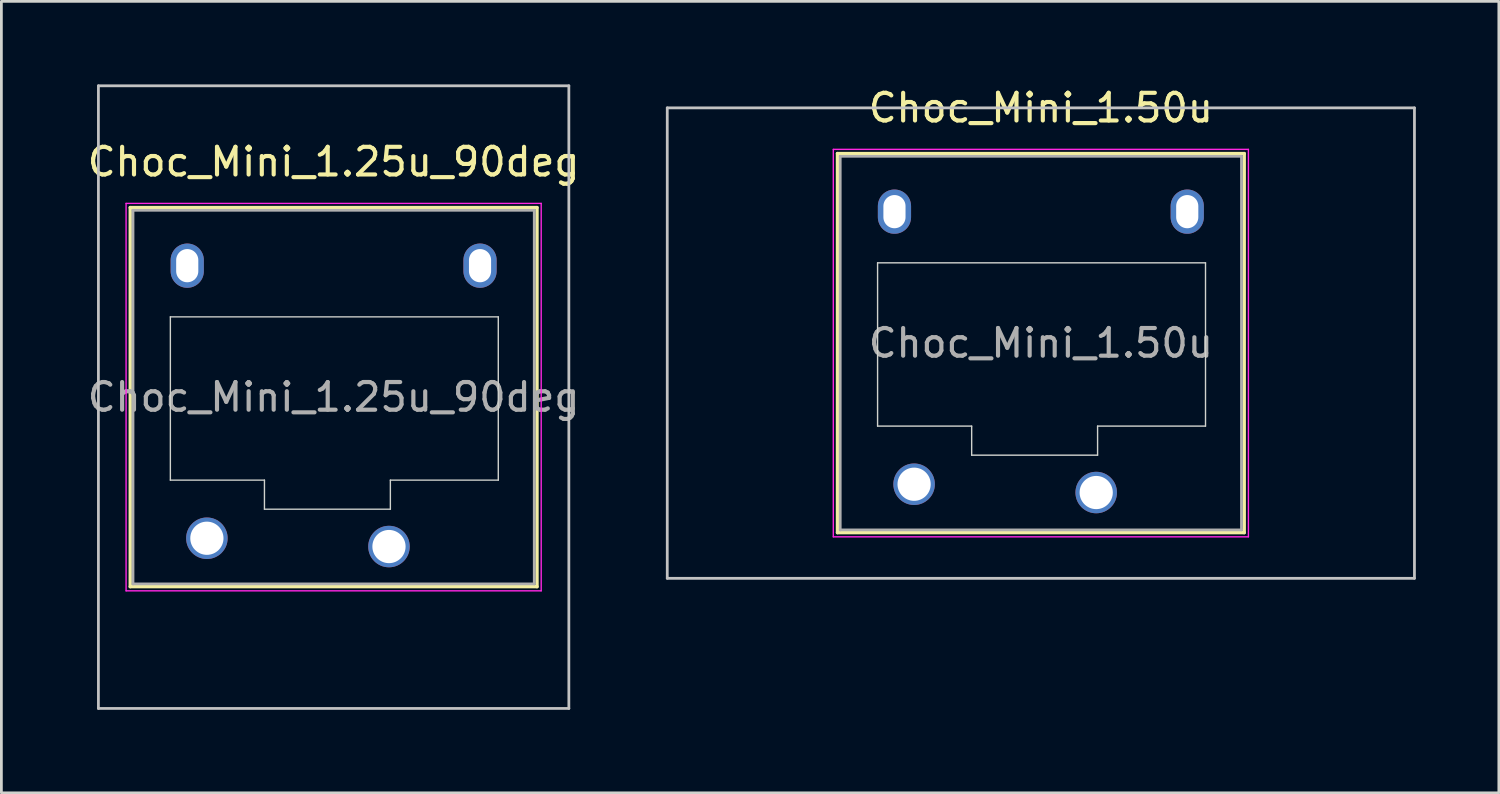
<source format=kicad_pcb>
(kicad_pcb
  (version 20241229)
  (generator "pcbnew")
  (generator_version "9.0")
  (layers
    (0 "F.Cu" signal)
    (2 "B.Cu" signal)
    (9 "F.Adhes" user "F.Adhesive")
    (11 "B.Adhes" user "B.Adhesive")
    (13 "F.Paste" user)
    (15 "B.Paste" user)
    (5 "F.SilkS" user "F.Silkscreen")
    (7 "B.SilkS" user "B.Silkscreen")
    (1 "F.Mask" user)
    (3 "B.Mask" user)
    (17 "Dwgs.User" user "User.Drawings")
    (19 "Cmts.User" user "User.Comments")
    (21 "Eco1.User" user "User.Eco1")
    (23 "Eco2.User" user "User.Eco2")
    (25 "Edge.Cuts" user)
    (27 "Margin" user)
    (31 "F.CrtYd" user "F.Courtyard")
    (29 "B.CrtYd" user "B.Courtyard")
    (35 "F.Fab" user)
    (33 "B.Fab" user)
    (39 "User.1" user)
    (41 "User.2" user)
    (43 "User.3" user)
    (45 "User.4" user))
  (footprint "Choc_Mini_1.50u"
    (layer "F.Cu")
    (at 34.562 9.348)
    (property "Reference" "Choc_Mini_1.50u" (at 0 -8.5 0) (layer "F.SilkS") (effects (font (size 1 1) (thickness 0.15))))
    (attr through_hole)
    (fp_line (start -7.35 -6.85) (end -7.35 6.85) (stroke (width 0.12) (type solid)) (layer "F.SilkS"))
    (fp_line (start -7.35 6.85) (end 7.35 6.85) (stroke (width 0.12) (type solid)) (layer "F.SilkS"))
    (fp_line (start 7.35 -6.85) (end -7.35 -6.85) (stroke (width 0.12) (type solid)) (layer "F.SilkS"))
    (fp_line (start 7.35 6.85) (end 7.35 -6.85) (stroke (width 0.12) (type solid)) (layer "F.SilkS"))
    (fp_line (start -13.5 -8.5) (end -13.5 8.5) (stroke (width 0.1) (type solid)) (layer "Dwgs.User"))
    (fp_line (start -13.5 8.5) (end 13.5 8.5) (stroke (width 0.1) (type solid)) (layer "Dwgs.User"))
    (fp_line (start 13.5 -8.5) (end -13.5 -8.5) (stroke (width 0.1) (type solid)) (layer "Dwgs.User"))
    (fp_line (start 13.5 8.5) (end 13.5 -8.5) (stroke (width 0.1) (type solid)) (layer "Dwgs.User"))
    (fp_line (start -6.85 -6.35) (end -6.85 6.35) (stroke (width 0.1) (type solid)) (layer "Eco1.User"))
    (fp_line (start -6.85 6.35) (end 6.85 6.35) (stroke (width 0.1) (type solid)) (layer "Eco1.User"))
    (fp_line (start 6.85 -6.35) (end -6.85 -6.35) (stroke (width 0.1) (type solid)) (layer "Eco1.User"))
    (fp_line (start 6.85 6.35) (end 6.85 -6.35) (stroke (width 0.1) (type solid)) (layer "Eco1.User"))
    (fp_line (start -5.9 -2.9) (end -5.9 3) (stroke (width 0.05) (type solid)) (layer "Edge.Cuts"))
    (fp_line (start -5.9 3) (end -2.5 3) (stroke (width 0.05) (type solid)) (layer "Edge.Cuts"))
    (fp_line (start -2.5 3) (end -2.5 4.05) (stroke (width 0.05) (type solid)) (layer "Edge.Cuts"))
    (fp_line (start -2.5 4.05) (end 2.05 4.05) (stroke (width 0.05) (type solid)) (layer "Edge.Cuts"))
    (fp_line (start 2.05 3) (end 5.95 3) (stroke (width 0.05) (type solid)) (layer "Edge.Cuts"))
    (fp_line (start 2.05 4.05) (end 2.05 3) (stroke (width 0.05) (type solid)) (layer "Edge.Cuts"))
    (fp_line (start 5.95 -2.9) (end -5.9 -2.9) (stroke (width 0.05) (type solid)) (layer "Edge.Cuts"))
    (fp_line (start 5.95 3) (end 5.95 -2.9) (stroke (width 0.05) (type solid)) (layer "Edge.Cuts"))
    (fp_line (start -7.5 -7) (end -7.5 7) (stroke (width 0.05) (type solid)) (layer "F.CrtYd"))
    (fp_line (start -7.5 7) (end 7.5 7) (stroke (width 0.05) (type solid)) (layer "F.CrtYd"))
    (fp_line (start 7.5 -7) (end -7.5 -7) (stroke (width 0.05) (type solid)) (layer "F.CrtYd"))
    (fp_line (start 7.5 7) (end 7.5 -7) (stroke (width 0.05) (type solid)) (layer "F.CrtYd"))
    (fp_line (start -7.25 -6.75) (end -7.25 6.75) (stroke (width 0.1) (type solid)) (layer "F.Fab"))
    (fp_line (start -7.25 6.75) (end 7.25 6.75) (stroke (width 0.1) (type solid)) (layer "F.Fab"))
    (fp_line (start 7.25 -6.75) (end -7.25 -6.75) (stroke (width 0.1) (type solid)) (layer "F.Fab"))
    (fp_line (start 7.25 6.75) (end 7.25 -6.75) (stroke (width 0.1) (type solid)) (layer "F.Fab"))
    (fp_text user "${REFERENCE}" (at 0 0 0) (layer "F.Fab") (effects (font (size 1 1) (thickness 0.15))))
    (pad "" np_thru_hole oval (at -5.29 -4.75) (size 1.2 1.6) (drill oval 0.8 1.2) (layers "*.Cu" "*.Mask"))
    (pad "" np_thru_hole oval (at 5.29 -4.75) (size 1.2 1.6) (drill oval 0.8 1.2) (layers "*.Cu" "*.Mask"))
    (pad "1" thru_hole circle (at 2 5.4) (size 1.5 1.5) (drill 1.2) (layers "*.Cu" "*.Mask"))
    (pad "2" thru_hole circle (at -4.58 5.1) (size 1.5 1.5) (drill 1.2) (layers "*.Cu" "*.Mask")))
  (footprint "Choc_Mini_1.25u_90deg"
    (layer "F.Cu")
    (at 9.006 11.3)
    (property "Reference" "Choc_Mini_1.25u_90deg" (at 0 -8.5 0) (layer "F.SilkS") (effects (font (size 1 1) (thickness 0.15))))
    (attr through_hole)
    (fp_line (start -7.35 -6.85) (end -7.35 6.85) (stroke (width 0.12) (type solid)) (layer "F.SilkS"))
    (fp_line (start -7.35 6.85) (end 7.35 6.85) (stroke (width 0.12) (type solid)) (layer "F.SilkS"))
    (fp_line (start 7.35 -6.85) (end -7.35 -6.85) (stroke (width 0.12) (type solid)) (layer "F.SilkS"))
    (fp_line (start 7.35 6.85) (end 7.35 -6.85) (stroke (width 0.12) (type solid)) (layer "F.SilkS"))
    (fp_line (start -8.5 -11.25) (end 8.5 -11.25) (stroke (width 0.1) (type solid)) (layer "Dwgs.User"))
    (fp_line (start -8.5 11.25) (end -8.5 -11.25) (stroke (width 0.1) (type solid)) (layer "Dwgs.User"))
    (fp_line (start 8.5 -11.25) (end 8.5 11.25) (stroke (width 0.1) (type solid)) (layer "Dwgs.User"))
    (fp_line (start 8.5 11.25) (end -8.5 11.25) (stroke (width 0.1) (type solid)) (layer "Dwgs.User"))
    (fp_line (start -6.85 -6.35) (end -6.85 6.35) (stroke (width 0.1) (type solid)) (layer "Eco1.User"))
    (fp_line (start -6.85 6.35) (end 6.85 6.35) (stroke (width 0.1) (type solid)) (layer "Eco1.User"))
    (fp_line (start 6.85 -6.35) (end -6.85 -6.35) (stroke (width 0.1) (type solid)) (layer "Eco1.User"))
    (fp_line (start 6.85 6.35) (end 6.85 -6.35) (stroke (width 0.1) (type solid)) (layer "Eco1.User"))
    (fp_line (start -5.9 -2.9) (end -5.9 3) (stroke (width 0.05) (type solid)) (layer "Edge.Cuts"))
    (fp_line (start -5.9 3) (end -2.5 3) (stroke (width 0.05) (type solid)) (layer "Edge.Cuts"))
    (fp_line (start -2.5 3) (end -2.5 4.05) (stroke (width 0.05) (type solid)) (layer "Edge.Cuts"))
    (fp_line (start -2.5 4.05) (end 2.05 4.05) (stroke (width 0.05) (type solid)) (layer "Edge.Cuts"))
    (fp_line (start 2.05 3) (end 5.95 3) (stroke (width 0.05) (type solid)) (layer "Edge.Cuts"))
    (fp_line (start 2.05 4.05) (end 2.05 3) (stroke (width 0.05) (type solid)) (layer "Edge.Cuts"))
    (fp_line (start 5.95 -2.9) (end -5.9 -2.9) (stroke (width 0.05) (type solid)) (layer "Edge.Cuts"))
    (fp_line (start 5.95 3) (end 5.95 -2.9) (stroke (width 0.05) (type solid)) (layer "Edge.Cuts"))
    (fp_line (start -7.5 -7) (end -7.5 7) (stroke (width 0.05) (type solid)) (layer "F.CrtYd"))
    (fp_line (start -7.5 7) (end 7.5 7) (stroke (width 0.05) (type solid)) (layer "F.CrtYd"))
    (fp_line (start 7.5 -7) (end -7.5 -7) (stroke (width 0.05) (type solid)) (layer "F.CrtYd"))
    (fp_line (start 7.5 7) (end 7.5 -7) (stroke (width 0.05) (type solid)) (layer "F.CrtYd"))
    (fp_line (start -7.25 -6.75) (end -7.25 6.75) (stroke (width 0.1) (type solid)) (layer "F.Fab"))
    (fp_line (start -7.25 6.75) (end 7.25 6.75) (stroke (width 0.1) (type solid)) (layer "F.Fab"))
    (fp_line (start 7.25 -6.75) (end -7.25 -6.75) (stroke (width 0.1) (type solid)) (layer "F.Fab"))
    (fp_line (start 7.25 6.75) (end 7.25 -6.75) (stroke (width 0.1) (type solid)) (layer "F.Fab"))
    (fp_text user "${REFERENCE}" (at 0 0 0) (layer "F.Fab") (effects (font (size 1 1) (thickness 0.15))))
    (pad "" np_thru_hole oval (at -5.29 -4.75) (size 1.2 1.6) (drill oval 0.8 1.2) (layers "*.Cu" "*.Mask"))
    (pad "" np_thru_hole oval (at 5.29 -4.75) (size 1.2 1.6) (drill oval 0.8 1.2) (layers "*.Cu" "*.Mask"))
    (pad "1" thru_hole circle (at 2 5.4) (size 1.5 1.5) (drill 1.2) (layers "*.Cu" "*.Mask"))
    (pad "2" thru_hole circle (at -4.58 5.1) (size 1.5 1.5) (drill 1.2) (layers "*.Cu" "*.Mask")))
  (gr_rect
    (start -3 -3)
    (end 51.112 25.6)
    (stroke (width 0.1) (type default))
    (fill no)
    (layer "Edge.Cuts")))
</source>
